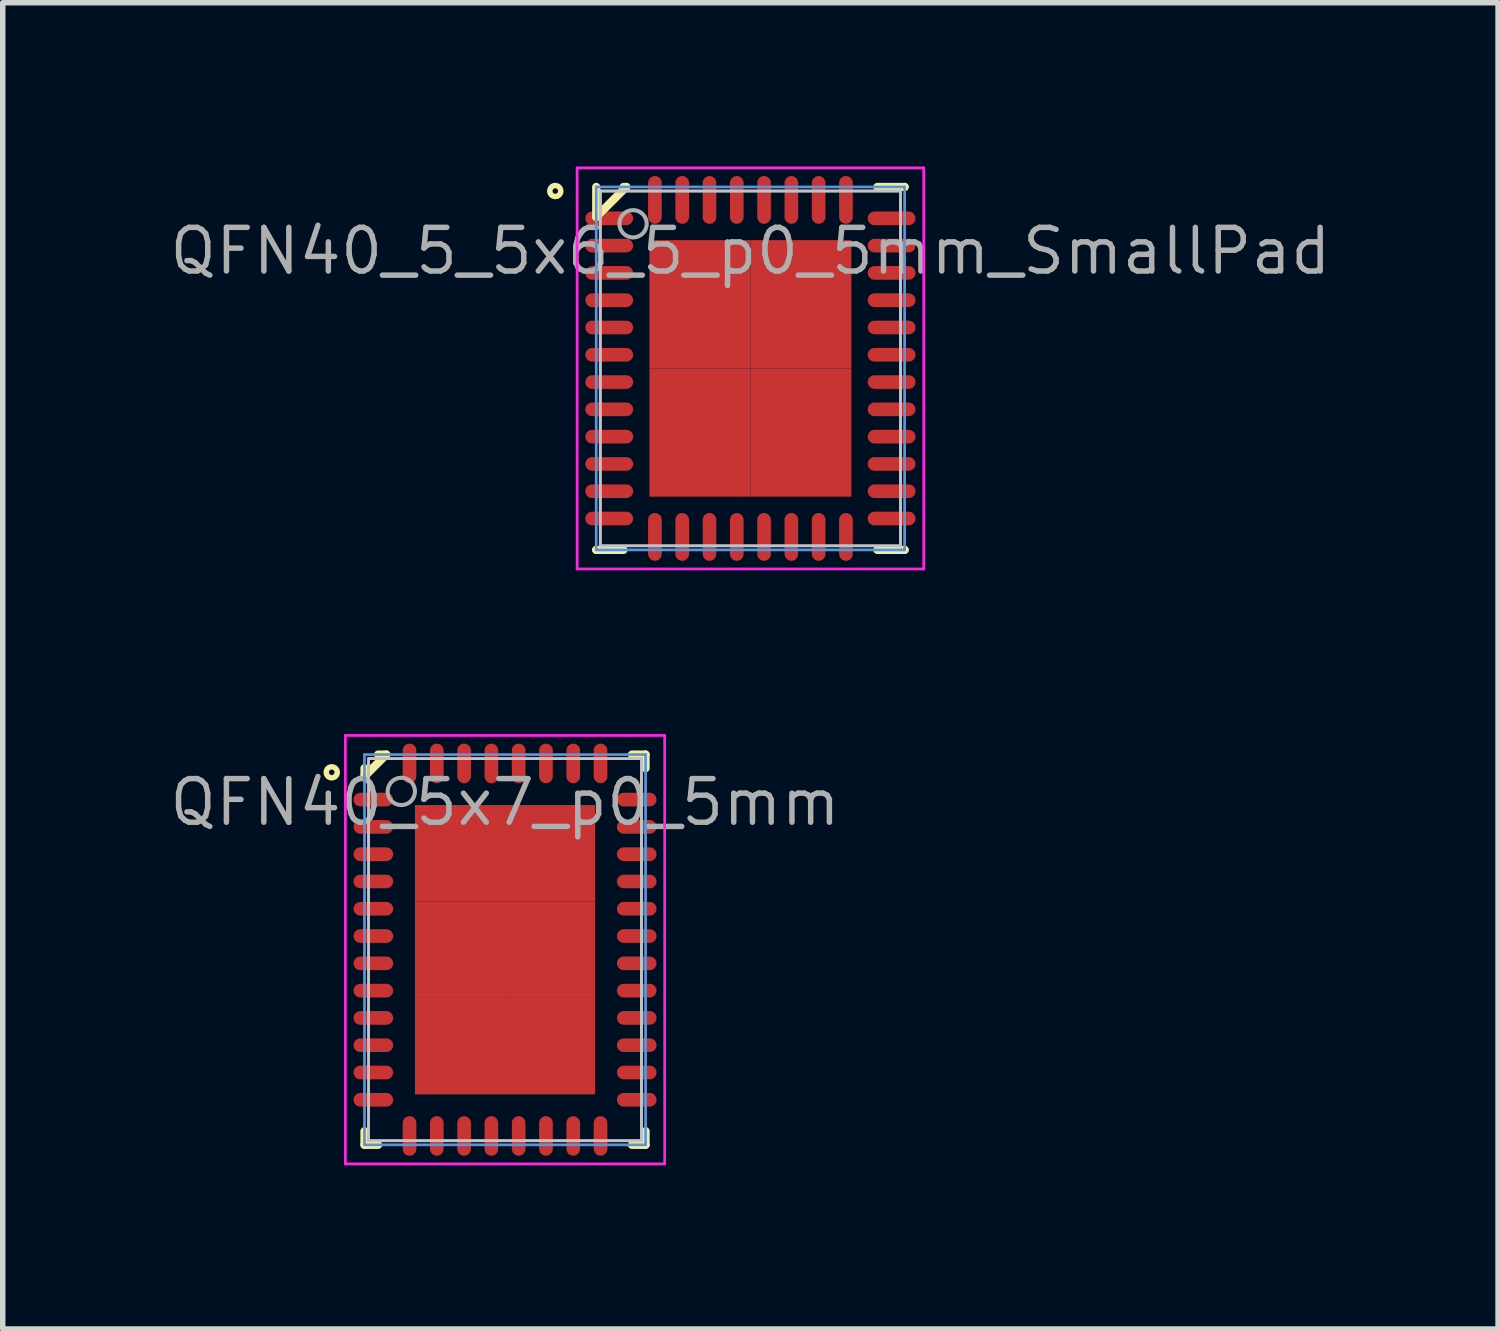
<source format=kicad_pcb>
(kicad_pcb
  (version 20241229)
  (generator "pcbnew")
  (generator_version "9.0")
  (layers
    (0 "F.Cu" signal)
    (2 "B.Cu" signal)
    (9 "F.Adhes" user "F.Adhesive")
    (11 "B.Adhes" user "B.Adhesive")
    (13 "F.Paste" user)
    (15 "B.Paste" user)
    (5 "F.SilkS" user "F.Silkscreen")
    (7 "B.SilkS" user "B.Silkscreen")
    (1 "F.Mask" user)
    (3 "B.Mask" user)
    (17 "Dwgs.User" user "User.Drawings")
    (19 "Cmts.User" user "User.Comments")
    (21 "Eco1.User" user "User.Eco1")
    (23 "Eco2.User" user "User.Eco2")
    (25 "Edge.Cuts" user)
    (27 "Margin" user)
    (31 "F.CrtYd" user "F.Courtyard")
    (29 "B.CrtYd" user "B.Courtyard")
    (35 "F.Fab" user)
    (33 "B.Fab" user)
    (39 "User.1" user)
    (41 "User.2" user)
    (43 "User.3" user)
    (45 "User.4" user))
  (footprint "QFN40_5_5x6_5_p0_5mm_SmallPad"
    (layer "F.Cu")
    (at 10.699 3.7)
    (property "Reference" "QFN40_5_5x6_5_p0_5mm_SmallPad" (at 0 -2.15 0) (layer "F.Fab") (effects (font (size 0.8 0.8) (thickness 0.1))))
    (attr through_hole)
    (fp_line (start -2.825 -2.775) (end -2.825 -3.325) (stroke (width 0.15) (type solid)) (layer "F.SilkS"))
    (fp_line (start -2.825 -2.775) (end -2.275 -3.325) (stroke (width 0.15) (type solid)) (layer "F.SilkS"))
    (fp_line (start -2.825 3.325) (end -2.825 3.325) (stroke (width 0.15) (type solid)) (layer "F.SilkS"))
    (fp_line (start -2.825 3.325) (end -2.325 3.325) (stroke (width 0.15) (type solid)) (layer "F.SilkS"))
    (fp_line (start -2.325 -3.325) (end -2.275 -3.325) (stroke (width 0.15) (type solid)) (layer "F.SilkS"))
    (fp_line (start 2.825 -3.325) (end 2.325 -3.325) (stroke (width 0.15) (type solid)) (layer "F.SilkS"))
    (fp_line (start 2.825 -3.325) (end 2.825 -3.325) (stroke (width 0.15) (type solid)) (layer "F.SilkS"))
    (fp_line (start 2.825 3.325) (end 2.325 3.325) (stroke (width 0.15) (type solid)) (layer "F.SilkS"))
    (fp_line (start 2.825 3.325) (end 2.825 3.325) (stroke (width 0.15) (type solid)) (layer "F.SilkS"))
    (fp_circle (center -3.575 -3.25) (end -3.504 -3.179) (stroke (width 0.1) (type solid)) (fill no) (layer "F.SilkS"))
    (fp_line (start -2.75 -3.25) (end -2.75 3.25) (stroke (width 0.05) (type solid)) (layer "Dwgs.User"))
    (fp_line (start -2.75 -3.25) (end 2.75 -3.25) (stroke (width 0.05) (type solid)) (layer "Dwgs.User"))
    (fp_line (start -2.75 3.25) (end 2.75 3.25) (stroke (width 0.05) (type solid)) (layer "Dwgs.User"))
    (fp_line (start 2.75 -3.25) (end 2.75 3.25) (stroke (width 0.05) (type solid)) (layer "Dwgs.User"))
    (fp_line (start -2.825 -3.325) (end -2.825 3.325) (stroke (width 0.05) (type solid)) (layer "Cmts.User"))
    (fp_line (start -2.825 -3.325) (end 2.825 -3.325) (stroke (width 0.05) (type solid)) (layer "Cmts.User"))
    (fp_line (start -2.825 3.325) (end 2.825 3.325) (stroke (width 0.05) (type solid)) (layer "Cmts.User"))
    (fp_line (start 2.825 -3.325) (end 2.825 3.325) (stroke (width 0.05) (type solid)) (layer "Cmts.User"))
    (fp_line (start -2.675 -3.175) (end -2.675 3.175) (stroke (width 0.05) (type solid)) (layer "Eco1.User"))
    (fp_line (start -2.675 -3.175) (end 2.675 -3.175) (stroke (width 0.05) (type solid)) (layer "Eco1.User"))
    (fp_line (start -2.675 3.175) (end 2.675 3.175) (stroke (width 0.05) (type solid)) (layer "Eco1.User"))
    (fp_line (start 2.675 -3.175) (end 2.675 3.175) (stroke (width 0.05) (type solid)) (layer "Eco1.User"))
    (fp_line (start -3.175 -3.675) (end -3.175 3.675) (stroke (width 0.05) (type solid)) (layer "F.CrtYd"))
    (fp_line (start -3.175 -3.675) (end 3.175 -3.675) (stroke (width 0.05) (type solid)) (layer "F.CrtYd"))
    (fp_line (start -3.175 3.675) (end 3.175 3.675) (stroke (width 0.05) (type solid)) (layer "F.CrtYd"))
    (fp_line (start 3.175 -3.675) (end 3.175 3.675) (stroke (width 0.05) (type solid)) (layer "F.CrtYd"))
    (fp_line (start -2.75 -3.25) (end -2.75 3.25) (stroke (width 0.05) (type solid)) (layer "F.Fab"))
    (fp_line (start -2.75 -3.25) (end 2.75 -3.25) (stroke (width 0.05) (type solid)) (layer "F.Fab"))
    (fp_line (start -2.75 3.25) (end 2.75 3.25) (stroke (width 0.05) (type solid)) (layer "F.Fab"))
    (fp_line (start 2.75 -3.25) (end 2.75 3.25) (stroke (width 0.05) (type solid)) (layer "F.Fab"))
    (fp_circle (center -2.15 -2.65) (end -1.973 -2.473) (stroke (width 0.075) (type solid)) (fill no) (layer "F.Fab"))
    (pad "1" smd oval (at -2.587 -2.75 180) (size 0.875 0.25) (layers "F.Cu" "F.Mask" "F.Paste"))
    (pad "2" smd oval (at -2.587 -2.25 180) (size 0.875 0.25) (layers "F.Cu" "F.Mask" "F.Paste"))
    (pad "3" smd oval (at -2.587 -1.75 180) (size 0.875 0.25) (layers "F.Cu" "F.Mask" "F.Paste"))
    (pad "4" smd oval (at -2.587 -1.25 180) (size 0.875 0.25) (layers "F.Cu" "F.Mask" "F.Paste"))
    (pad "5" smd oval (at -2.587 -0.75 180) (size 0.875 0.25) (layers "F.Cu" "F.Mask" "F.Paste"))
    (pad "6" smd oval (at -2.587 -0.25 180) (size 0.875 0.25) (layers "F.Cu" "F.Mask" "F.Paste"))
    (pad "7" smd oval (at -2.587 0.25 180) (size 0.875 0.25) (layers "F.Cu" "F.Mask" "F.Paste"))
    (pad "8" smd oval (at -2.587 0.75 180) (size 0.875 0.25) (layers "F.Cu" "F.Mask" "F.Paste"))
    (pad "9" smd oval (at -2.587 1.25 180) (size 0.875 0.25) (layers "F.Cu" "F.Mask" "F.Paste"))
    (pad "10" smd oval (at -2.587 1.75 180) (size 0.875 0.25) (layers "F.Cu" "F.Mask" "F.Paste"))
    (pad "11" smd oval (at -2.587 2.25 180) (size 0.875 0.25) (layers "F.Cu" "F.Mask" "F.Paste"))
    (pad "12" smd oval (at -2.587 2.75 180) (size 0.875 0.25) (layers "F.Cu" "F.Mask" "F.Paste"))
    (pad "13" smd oval (at -1.75 3.087 270) (size 0.875 0.25) (layers "F.Cu" "F.Mask" "F.Paste"))
    (pad "14" smd oval (at -1.25 3.087 270) (size 0.875 0.25) (layers "F.Cu" "F.Mask" "F.Paste"))
    (pad "15" smd oval (at -0.75 3.087 270) (size 0.875 0.25) (layers "F.Cu" "F.Mask" "F.Paste"))
    (pad "16" smd oval (at -0.25 3.087 270) (size 0.875 0.25) (layers "F.Cu" "F.Mask" "F.Paste"))
    (pad "17" smd oval (at 0.25 3.087 270) (size 0.875 0.25) (layers "F.Cu" "F.Mask" "F.Paste"))
    (pad "18" smd oval (at 0.75 3.087 270) (size 0.875 0.25) (layers "F.Cu" "F.Mask" "F.Paste"))
    (pad "19" smd oval (at 1.25 3.087 270) (size 0.875 0.25) (layers "F.Cu" "F.Mask" "F.Paste"))
    (pad "20" smd oval (at 1.75 3.087 270) (size 0.875 0.25) (layers "F.Cu" "F.Mask" "F.Paste"))
    (pad "21" smd oval (at 2.587 2.75) (size 0.875 0.25) (layers "F.Cu" "F.Mask" "F.Paste"))
    (pad "22" smd oval (at 2.587 2.25) (size 0.875 0.25) (layers "F.Cu" "F.Mask" "F.Paste"))
    (pad "23" smd oval (at 2.587 1.75) (size 0.875 0.25) (layers "F.Cu" "F.Mask" "F.Paste"))
    (pad "24" smd oval (at 2.587 1.25) (size 0.875 0.25) (layers "F.Cu" "F.Mask" "F.Paste"))
    (pad "25" smd oval (at 2.587 0.75) (size 0.875 0.25) (layers "F.Cu" "F.Mask" "F.Paste"))
    (pad "26" smd oval (at 2.587 0.25) (size 0.875 0.25) (layers "F.Cu" "F.Mask" "F.Paste"))
    (pad "27" smd oval (at 2.587 -0.25) (size 0.875 0.25) (layers "F.Cu" "F.Mask" "F.Paste"))
    (pad "28" smd oval (at 2.587 -0.75) (size 0.875 0.25) (layers "F.Cu" "F.Mask" "F.Paste"))
    (pad "29" smd oval (at 2.587 -1.25) (size 0.875 0.25) (layers "F.Cu" "F.Mask" "F.Paste"))
    (pad "30" smd oval (at 2.587 -1.75) (size 0.875 0.25) (layers "F.Cu" "F.Mask" "F.Paste"))
    (pad "31" smd oval (at 2.587 -2.25) (size 0.875 0.25) (layers "F.Cu" "F.Mask" "F.Paste"))
    (pad "32" smd oval (at 2.587 -2.75) (size 0.875 0.25) (layers "F.Cu" "F.Mask" "F.Paste"))
    (pad "33" smd oval (at 1.75 -3.087 90) (size 0.875 0.25) (layers "F.Cu" "F.Mask" "F.Paste"))
    (pad "34" smd oval (at 1.25 -3.087 90) (size 0.875 0.25) (layers "F.Cu" "F.Mask" "F.Paste"))
    (pad "35" smd oval (at 0.75 -3.087 90) (size 0.875 0.25) (layers "F.Cu" "F.Mask" "F.Paste"))
    (pad "36" smd oval (at 0.25 -3.087 90) (size 0.875 0.25) (layers "F.Cu" "F.Mask" "F.Paste"))
    (pad "37" smd oval (at -0.25 -3.087 90) (size 0.875 0.25) (layers "F.Cu" "F.Mask" "F.Paste"))
    (pad "38" smd oval (at -0.75 -3.087 90) (size 0.875 0.25) (layers "F.Cu" "F.Mask" "F.Paste"))
    (pad "39" smd oval (at -1.25 -3.087 90) (size 0.875 0.25) (layers "F.Cu" "F.Mask" "F.Paste"))
    (pad "40" smd oval (at -1.75 -3.087 90) (size 0.875 0.25) (layers "F.Cu" "F.Mask" "F.Paste"))
    (pad "41" smd rect (at -0.925 -1.175) (size 1.85 2.35) (layers "F.Cu" "F.Mask" "F.Paste"))
    (pad "41" smd rect (at -0.925 1.175) (size 1.85 2.35) (layers "F.Cu" "F.Mask" "F.Paste"))
    (pad "41" smd rect (at 0.925 -1.175) (size 1.85 2.35) (layers "F.Cu" "F.Mask" "F.Paste"))
    (pad "41" smd rect (at 0.925 1.175) (size 1.85 2.35) (layers "F.Cu" "F.Mask" "F.Paste")))
  (footprint "QFN40_5x7_p0_5mm"
    (layer "F.Cu")
    (at 6.203 14.35)
    (property "Reference" "QFN40_5x7_p0_5mm" (at 0 -2.7 0) (layer "F.Fab") (effects (font (size 0.8 0.8) (thickness 0.1))))
    (attr through_hole)
    (fp_line (start -2.575 -3.175) (end -2.575 -3.325) (stroke (width 0.15) (type solid)) (layer "F.SilkS"))
    (fp_line (start -2.575 -3.175) (end -2.175 -3.575) (stroke (width 0.15) (type solid)) (layer "F.SilkS"))
    (fp_line (start -2.575 3.575) (end -2.575 3.325) (stroke (width 0.15) (type solid)) (layer "F.SilkS"))
    (fp_line (start -2.575 3.575) (end -2.325 3.575) (stroke (width 0.15) (type solid)) (layer "F.SilkS"))
    (fp_line (start -2.325 -3.575) (end -2.175 -3.575) (stroke (width 0.15) (type solid)) (layer "F.SilkS"))
    (fp_line (start 2.575 -3.575) (end 2.325 -3.575) (stroke (width 0.15) (type solid)) (layer "F.SilkS"))
    (fp_line (start 2.575 -3.575) (end 2.575 -3.325) (stroke (width 0.15) (type solid)) (layer "F.SilkS"))
    (fp_line (start 2.575 3.575) (end 2.325 3.575) (stroke (width 0.15) (type solid)) (layer "F.SilkS"))
    (fp_line (start 2.575 3.575) (end 2.575 3.325) (stroke (width 0.15) (type solid)) (layer "F.SilkS"))
    (fp_circle (center -3.175 -3.25) (end -3.104 -3.179) (stroke (width 0.1) (type solid)) (fill no) (layer "F.SilkS"))
    (fp_line (start -2.5 -3.5) (end -2.5 3.5) (stroke (width 0.05) (type solid)) (layer "Dwgs.User"))
    (fp_line (start -2.5 -3.5) (end 2.5 -3.5) (stroke (width 0.05) (type solid)) (layer "Dwgs.User"))
    (fp_line (start -2.5 3.5) (end 2.5 3.5) (stroke (width 0.05) (type solid)) (layer "Dwgs.User"))
    (fp_line (start 2.5 -3.5) (end 2.5 3.5) (stroke (width 0.05) (type solid)) (layer "Dwgs.User"))
    (fp_line (start -2.575 -3.575) (end -2.575 3.575) (stroke (width 0.05) (type solid)) (layer "Cmts.User"))
    (fp_line (start -2.575 -3.575) (end 2.575 -3.575) (stroke (width 0.05) (type solid)) (layer "Cmts.User"))
    (fp_line (start -2.575 3.575) (end 2.575 3.575) (stroke (width 0.05) (type solid)) (layer "Cmts.User"))
    (fp_line (start 2.575 -3.575) (end 2.575 3.575) (stroke (width 0.05) (type solid)) (layer "Cmts.User"))
    (fp_line (start -2.425 -3.425) (end -2.425 3.425) (stroke (width 0.05) (type solid)) (layer "Eco1.User"))
    (fp_line (start -2.425 -3.425) (end 2.425 -3.425) (stroke (width 0.05) (type solid)) (layer "Eco1.User"))
    (fp_line (start -2.425 3.425) (end 2.425 3.425) (stroke (width 0.05) (type solid)) (layer "Eco1.User"))
    (fp_line (start 2.425 -3.425) (end 2.425 3.425) (stroke (width 0.05) (type solid)) (layer "Eco1.User"))
    (fp_line (start -2.925 -3.925) (end -2.925 3.925) (stroke (width 0.05) (type solid)) (layer "F.CrtYd"))
    (fp_line (start -2.925 -3.925) (end 2.925 -3.925) (stroke (width 0.05) (type solid)) (layer "F.CrtYd"))
    (fp_line (start -2.925 3.925) (end 2.925 3.925) (stroke (width 0.05) (type solid)) (layer "F.CrtYd"))
    (fp_line (start 2.925 -3.925) (end 2.925 3.925) (stroke (width 0.05) (type solid)) (layer "F.CrtYd"))
    (fp_line (start -2.5 -3.5) (end -2.5 3.5) (stroke (width 0.05) (type solid)) (layer "F.Fab"))
    (fp_line (start -2.5 -3.5) (end 2.5 -3.5) (stroke (width 0.05) (type solid)) (layer "F.Fab"))
    (fp_line (start -2.5 3.5) (end 2.5 3.5) (stroke (width 0.05) (type solid)) (layer "F.Fab"))
    (fp_line (start 2.5 -3.5) (end 2.5 3.5) (stroke (width 0.05) (type solid)) (layer "F.Fab"))
    (fp_circle (center -1.9 -2.9) (end -1.723 -2.723) (stroke (width 0.075) (type solid)) (fill no) (layer "F.Fab"))
    (pad "1" smd oval (at -2.413 -2.75 180) (size 0.725 0.25) (layers "F.Cu" "F.Mask" "F.Paste"))
    (pad "2" smd oval (at -2.413 -2.25 180) (size 0.725 0.25) (layers "F.Cu" "F.Mask" "F.Paste"))
    (pad "3" smd oval (at -2.413 -1.75 180) (size 0.725 0.25) (layers "F.Cu" "F.Mask" "F.Paste"))
    (pad "4" smd oval (at -2.413 -1.25 180) (size 0.725 0.25) (layers "F.Cu" "F.Mask" "F.Paste"))
    (pad "5" smd oval (at -2.413 -0.75 180) (size 0.725 0.25) (layers "F.Cu" "F.Mask" "F.Paste"))
    (pad "6" smd oval (at -2.413 -0.25 180) (size 0.725 0.25) (layers "F.Cu" "F.Mask" "F.Paste"))
    (pad "7" smd oval (at -2.413 0.25 180) (size 0.725 0.25) (layers "F.Cu" "F.Mask" "F.Paste"))
    (pad "8" smd oval (at -2.413 0.75 180) (size 0.725 0.25) (layers "F.Cu" "F.Mask" "F.Paste"))
    (pad "9" smd oval (at -2.413 1.25 180) (size 0.725 0.25) (layers "F.Cu" "F.Mask" "F.Paste"))
    (pad "10" smd oval (at -2.413 1.75 180) (size 0.725 0.25) (layers "F.Cu" "F.Mask" "F.Paste"))
    (pad "11" smd oval (at -2.413 2.25 180) (size 0.725 0.25) (layers "F.Cu" "F.Mask" "F.Paste"))
    (pad "12" smd oval (at -2.413 2.75 180) (size 0.725 0.25) (layers "F.Cu" "F.Mask" "F.Paste"))
    (pad "13" smd oval (at -1.75 3.413 270) (size 0.725 0.25) (layers "F.Cu" "F.Mask" "F.Paste"))
    (pad "14" smd oval (at -1.25 3.413 270) (size 0.725 0.25) (layers "F.Cu" "F.Mask" "F.Paste"))
    (pad "15" smd oval (at -0.75 3.413 270) (size 0.725 0.25) (layers "F.Cu" "F.Mask" "F.Paste"))
    (pad "16" smd oval (at -0.25 3.413 270) (size 0.725 0.25) (layers "F.Cu" "F.Mask" "F.Paste"))
    (pad "17" smd oval (at 0.25 3.413 270) (size 0.725 0.25) (layers "F.Cu" "F.Mask" "F.Paste"))
    (pad "18" smd oval (at 0.75 3.413 270) (size 0.725 0.25) (layers "F.Cu" "F.Mask" "F.Paste"))
    (pad "19" smd oval (at 1.25 3.413 270) (size 0.725 0.25) (layers "F.Cu" "F.Mask" "F.Paste"))
    (pad "20" smd oval (at 1.75 3.413 270) (size 0.725 0.25) (layers "F.Cu" "F.Mask" "F.Paste"))
    (pad "21" smd oval (at 2.413 2.75) (size 0.725 0.25) (layers "F.Cu" "F.Mask" "F.Paste"))
    (pad "22" smd oval (at 2.413 2.25) (size 0.725 0.25) (layers "F.Cu" "F.Mask" "F.Paste"))
    (pad "23" smd oval (at 2.413 1.75) (size 0.725 0.25) (layers "F.Cu" "F.Mask" "F.Paste"))
    (pad "24" smd oval (at 2.413 1.25) (size 0.725 0.25) (layers "F.Cu" "F.Mask" "F.Paste"))
    (pad "25" smd oval (at 2.413 0.75) (size 0.725 0.25) (layers "F.Cu" "F.Mask" "F.Paste"))
    (pad "26" smd oval (at 2.413 0.25) (size 0.725 0.25) (layers "F.Cu" "F.Mask" "F.Paste"))
    (pad "27" smd oval (at 2.413 -0.25) (size 0.725 0.25) (layers "F.Cu" "F.Mask" "F.Paste"))
    (pad "28" smd oval (at 2.413 -0.75) (size 0.725 0.25) (layers "F.Cu" "F.Mask" "F.Paste"))
    (pad "29" smd oval (at 2.413 -1.25) (size 0.725 0.25) (layers "F.Cu" "F.Mask" "F.Paste"))
    (pad "30" smd oval (at 2.413 -1.75) (size 0.725 0.25) (layers "F.Cu" "F.Mask" "F.Paste"))
    (pad "31" smd oval (at 2.413 -2.25) (size 0.725 0.25) (layers "F.Cu" "F.Mask" "F.Paste"))
    (pad "32" smd oval (at 2.413 -2.75) (size 0.725 0.25) (layers "F.Cu" "F.Mask" "F.Paste"))
    (pad "33" smd oval (at 1.75 -3.413 90) (size 0.725 0.25) (layers "F.Cu" "F.Mask" "F.Paste"))
    (pad "34" smd oval (at 1.25 -3.413 90) (size 0.725 0.25) (layers "F.Cu" "F.Mask" "F.Paste"))
    (pad "35" smd oval (at 0.75 -3.413 90) (size 0.725 0.25) (layers "F.Cu" "F.Mask" "F.Paste"))
    (pad "36" smd oval (at 0.25 -3.413 90) (size 0.725 0.25) (layers "F.Cu" "F.Mask" "F.Paste"))
    (pad "37" smd oval (at -0.25 -3.413 90) (size 0.725 0.25) (layers "F.Cu" "F.Mask" "F.Paste"))
    (pad "38" smd oval (at -0.75 -3.413 90) (size 0.725 0.25) (layers "F.Cu" "F.Mask" "F.Paste"))
    (pad "39" smd oval (at -1.25 -3.413 90) (size 0.725 0.25) (layers "F.Cu" "F.Mask" "F.Paste"))
    (pad "40" smd oval (at -1.75 -3.413 90) (size 0.725 0.25) (layers "F.Cu" "F.Mask" "F.Paste"))
    (pad "41" smd rect (at -0.825 -1.767) (size 1.65 1.767) (layers "F.Cu" "F.Mask" "F.Paste"))
    (pad "41" smd rect (at -0.825 0) (size 1.65 1.767) (layers "F.Cu" "F.Mask" "F.Paste"))
    (pad "41" smd rect (at -0.825 1.767) (size 1.65 1.767) (layers "F.Cu" "F.Mask" "F.Paste"))
    (pad "41" smd rect (at 0.825 -1.767) (size 1.65 1.767) (layers "F.Cu" "F.Mask" "F.Paste"))
    (pad "41" smd rect (at 0.825 0) (size 1.65 1.767) (layers "F.Cu" "F.Mask" "F.Paste"))
    (pad "41" smd rect (at 0.825 1.767) (size 1.65 1.767) (layers "F.Cu" "F.Mask" "F.Paste")))
  (gr_rect
    (start -3 -3)
    (end 24.397 21.3)
    (stroke (width 0.1) (type default))
    (fill no)
    (layer "Edge.Cuts")))
</source>
